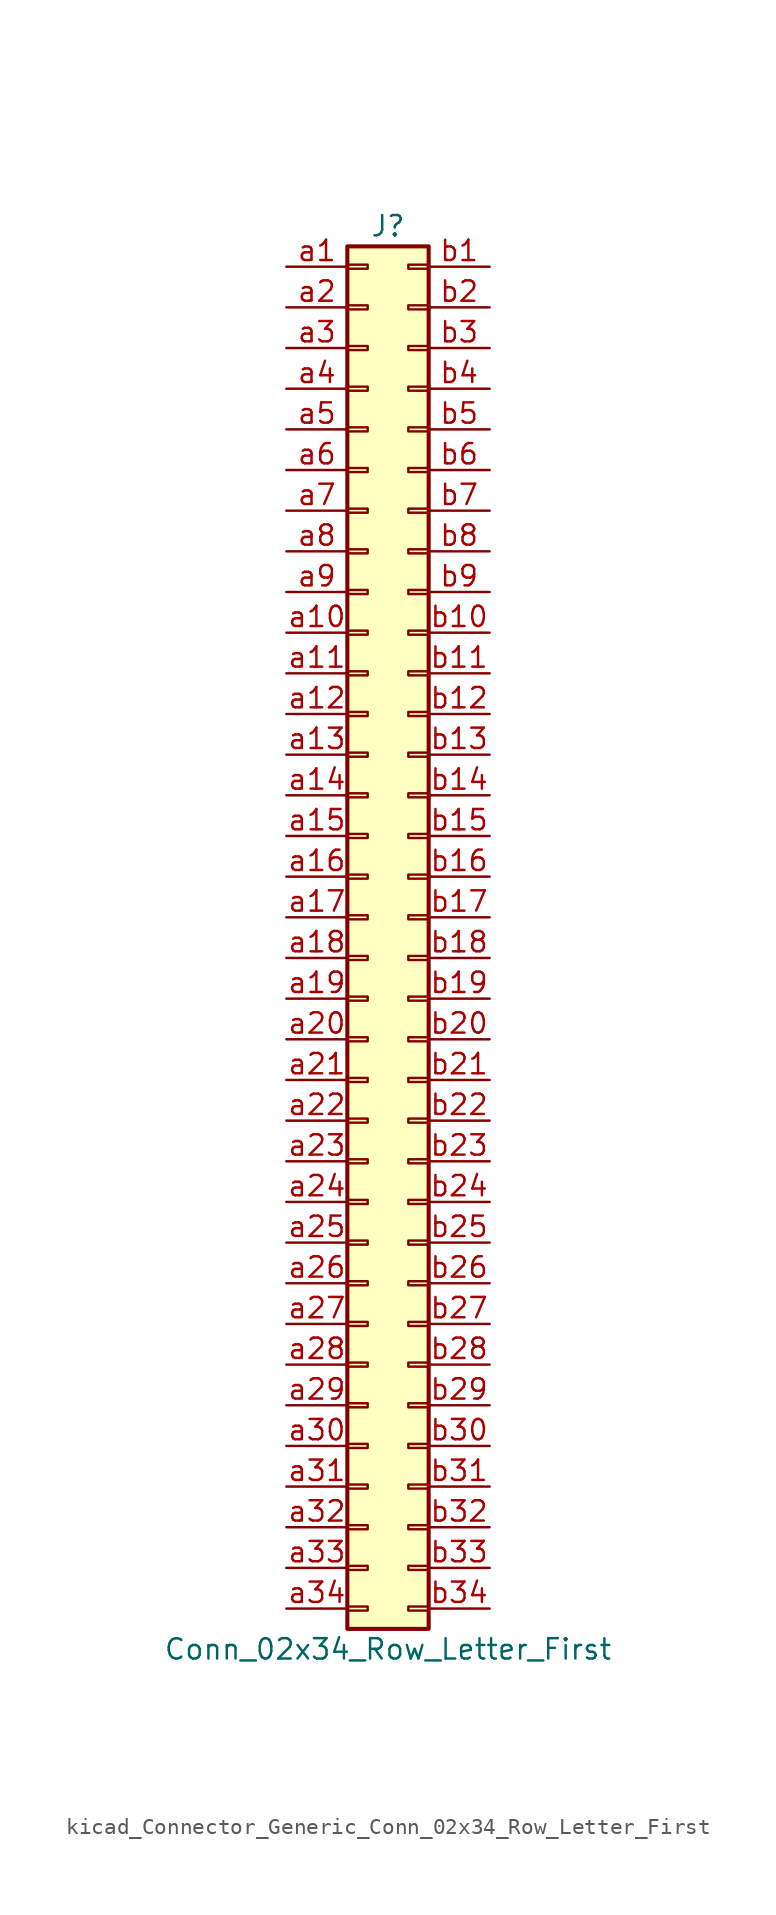
<source format=kicad_sym>
(kicad_symbol_lib
  (version 20220914)
  (generator kicad_symbol_editor)
  (symbol "kicad_Connector_Generic_Conn_02x34_Row_Letter_First"
    (pin_names
      (offset 1.016) hide)
    (property "Reference" "J"
      (at 1.27 43.18 0)
      (effects (font (size 1.27 1.27))))
    (property "Value" "Conn_02x34_Row_Letter_First"
      (at 1.27 -45.72 0)
      (effects (font (size 1.27 1.27))))
    (symbol "kicad_Connector_Generic_Conn_02x34_Row_Letter_First_1_1"
      (rectangle (start -1.27 -43.053) (end 0 -43.307) (stroke (width 0.152) (type default)) (fill (type none)))
      (rectangle (start -1.27 -40.513) (end 0 -40.767) (stroke (width 0.152) (type default)) (fill (type none)))
      (rectangle (start -1.27 -37.973) (end 0 -38.227) (stroke (width 0.152) (type default)) (fill (type none)))
      (rectangle (start -1.27 -35.433) (end 0 -35.687) (stroke (width 0.152) (type default)) (fill (type none)))
      (rectangle (start -1.27 -32.893) (end 0 -33.147) (stroke (width 0.152) (type default)) (fill (type none)))
      (rectangle (start -1.27 -30.353) (end 0 -30.607) (stroke (width 0.152) (type default)) (fill (type none)))
      (rectangle (start -1.27 -27.813) (end 0 -28.067) (stroke (width 0.152) (type default)) (fill (type none)))
      (rectangle (start -1.27 -25.273) (end 0 -25.527) (stroke (width 0.152) (type default)) (fill (type none)))
      (rectangle (start -1.27 -22.733) (end 0 -22.987) (stroke (width 0.152) (type default)) (fill (type none)))
      (rectangle (start -1.27 -20.193) (end 0 -20.447) (stroke (width 0.152) (type default)) (fill (type none)))
      (rectangle (start -1.27 -17.653) (end 0 -17.907) (stroke (width 0.152) (type default)) (fill (type none)))
      (rectangle (start -1.27 -15.113) (end 0 -15.367) (stroke (width 0.152) (type default)) (fill (type none)))
      (rectangle (start -1.27 -12.573) (end 0 -12.827) (stroke (width 0.152) (type default)) (fill (type none)))
      (rectangle (start -1.27 -10.033) (end 0 -10.287) (stroke (width 0.152) (type default)) (fill (type none)))
      (rectangle (start -1.27 -7.493) (end 0 -7.747) (stroke (width 0.152) (type default)) (fill (type none)))
      (rectangle (start -1.27 -4.953) (end 0 -5.207) (stroke (width 0.152) (type default)) (fill (type none)))
      (rectangle (start -1.27 -2.413) (end 0 -2.667) (stroke (width 0.152) (type default)) (fill (type none)))
      (rectangle (start -1.27 0.127) (end 0 -0.127) (stroke (width 0.152) (type default)) (fill (type none)))
      (rectangle (start -1.27 2.667) (end 0 2.413) (stroke (width 0.152) (type default)) (fill (type none)))
      (rectangle (start -1.27 5.207) (end 0 4.953) (stroke (width 0.152) (type default)) (fill (type none)))
      (rectangle (start -1.27 7.747) (end 0 7.493) (stroke (width 0.152) (type default)) (fill (type none)))
      (rectangle (start -1.27 10.287) (end 0 10.033) (stroke (width 0.152) (type default)) (fill (type none)))
      (rectangle (start -1.27 12.827) (end 0 12.573) (stroke (width 0.152) (type default)) (fill (type none)))
      (rectangle (start -1.27 15.367) (end 0 15.113) (stroke (width 0.152) (type default)) (fill (type none)))
      (rectangle (start -1.27 17.907) (end 0 17.653) (stroke (width 0.152) (type default)) (fill (type none)))
      (rectangle (start -1.27 20.447) (end 0 20.193) (stroke (width 0.152) (type default)) (fill (type none)))
      (rectangle (start -1.27 22.987) (end 0 22.733) (stroke (width 0.152) (type default)) (fill (type none)))
      (rectangle (start -1.27 25.527) (end 0 25.273) (stroke (width 0.152) (type default)) (fill (type none)))
      (rectangle (start -1.27 28.067) (end 0 27.813) (stroke (width 0.152) (type default)) (fill (type none)))
      (rectangle (start -1.27 30.607) (end 0 30.353) (stroke (width 0.152) (type default)) (fill (type none)))
      (rectangle (start -1.27 33.147) (end 0 32.893) (stroke (width 0.152) (type default)) (fill (type none)))
      (rectangle (start -1.27 35.687) (end 0 35.433) (stroke (width 0.152) (type default)) (fill (type none)))
      (rectangle (start -1.27 38.227) (end 0 37.973) (stroke (width 0.152) (type default)) (fill (type none)))
      (rectangle (start -1.27 40.767) (end 0 40.513) (stroke (width 0.152) (type default)) (fill (type none)))
      (rectangle (start -1.27 41.91) (end 3.81 -44.45) (stroke (width 0.254) (type default)) (fill (type background)))
      (rectangle (start 3.81 -43.053) (end 2.54 -43.307) (stroke (width 0.152) (type default)) (fill (type none)))
      (rectangle (start 3.81 -40.513) (end 2.54 -40.767) (stroke (width 0.152) (type default)) (fill (type none)))
      (rectangle (start 3.81 -37.973) (end 2.54 -38.227) (stroke (width 0.152) (type default)) (fill (type none)))
      (rectangle (start 3.81 -35.433) (end 2.54 -35.687) (stroke (width 0.152) (type default)) (fill (type none)))
      (rectangle (start 3.81 -32.893) (end 2.54 -33.147) (stroke (width 0.152) (type default)) (fill (type none)))
      (rectangle (start 3.81 -30.353) (end 2.54 -30.607) (stroke (width 0.152) (type default)) (fill (type none)))
      (rectangle (start 3.81 -27.813) (end 2.54 -28.067) (stroke (width 0.152) (type default)) (fill (type none)))
      (rectangle (start 3.81 -25.273) (end 2.54 -25.527) (stroke (width 0.152) (type default)) (fill (type none)))
      (rectangle (start 3.81 -22.733) (end 2.54 -22.987) (stroke (width 0.152) (type default)) (fill (type none)))
      (rectangle (start 3.81 -20.193) (end 2.54 -20.447) (stroke (width 0.152) (type default)) (fill (type none)))
      (rectangle (start 3.81 -17.653) (end 2.54 -17.907) (stroke (width 0.152) (type default)) (fill (type none)))
      (rectangle (start 3.81 -15.113) (end 2.54 -15.367) (stroke (width 0.152) (type default)) (fill (type none)))
      (rectangle (start 3.81 -12.573) (end 2.54 -12.827) (stroke (width 0.152) (type default)) (fill (type none)))
      (rectangle (start 3.81 -10.033) (end 2.54 -10.287) (stroke (width 0.152) (type default)) (fill (type none)))
      (rectangle (start 3.81 -7.493) (end 2.54 -7.747) (stroke (width 0.152) (type default)) (fill (type none)))
      (rectangle (start 3.81 -4.953) (end 2.54 -5.207) (stroke (width 0.152) (type default)) (fill (type none)))
      (rectangle (start 3.81 -2.413) (end 2.54 -2.667) (stroke (width 0.152) (type default)) (fill (type none)))
      (rectangle (start 3.81 0.127) (end 2.54 -0.127) (stroke (width 0.152) (type default)) (fill (type none)))
      (rectangle (start 3.81 2.667) (end 2.54 2.413) (stroke (width 0.152) (type default)) (fill (type none)))
      (rectangle (start 3.81 5.207) (end 2.54 4.953) (stroke (width 0.152) (type default)) (fill (type none)))
      (rectangle (start 3.81 7.747) (end 2.54 7.493) (stroke (width 0.152) (type default)) (fill (type none)))
      (rectangle (start 3.81 10.287) (end 2.54 10.033) (stroke (width 0.152) (type default)) (fill (type none)))
      (rectangle (start 3.81 12.827) (end 2.54 12.573) (stroke (width 0.152) (type default)) (fill (type none)))
      (rectangle (start 3.81 15.367) (end 2.54 15.113) (stroke (width 0.152) (type default)) (fill (type none)))
      (rectangle (start 3.81 17.907) (end 2.54 17.653) (stroke (width 0.152) (type default)) (fill (type none)))
      (rectangle (start 3.81 20.447) (end 2.54 20.193) (stroke (width 0.152) (type default)) (fill (type none)))
      (rectangle (start 3.81 22.987) (end 2.54 22.733) (stroke (width 0.152) (type default)) (fill (type none)))
      (rectangle (start 3.81 25.527) (end 2.54 25.273) (stroke (width 0.152) (type default)) (fill (type none)))
      (rectangle (start 3.81 28.067) (end 2.54 27.813) (stroke (width 0.152) (type default)) (fill (type none)))
      (rectangle (start 3.81 30.607) (end 2.54 30.353) (stroke (width 0.152) (type default)) (fill (type none)))
      (rectangle (start 3.81 33.147) (end 2.54 32.893) (stroke (width 0.152) (type default)) (fill (type none)))
      (rectangle (start 3.81 35.687) (end 2.54 35.433) (stroke (width 0.152) (type default)) (fill (type none)))
      (rectangle (start 3.81 38.227) (end 2.54 37.973) (stroke (width 0.152) (type default)) (fill (type none)))
      (rectangle (start 3.81 40.767) (end 2.54 40.513) (stroke (width 0.152) (type default)) (fill (type none)))
      (pin passive line (at -5.08 40.64 0) (length 3.81) (name "Pin_a1" (effects (font (size 1.27 1.27)))) (number "a1" (effects (font (size 1.27 1.27)))))
      (pin passive line (at -5.08 17.78 0) (length 3.81) (name "Pin_a10" (effects (font (size 1.27 1.27)))) (number "a10" (effects (font (size 1.27 1.27)))))
      (pin passive line (at -5.08 15.24 0) (length 3.81) (name "Pin_a11" (effects (font (size 1.27 1.27)))) (number "a11" (effects (font (size 1.27 1.27)))))
      (pin passive line (at -5.08 12.7 0) (length 3.81) (name "Pin_a12" (effects (font (size 1.27 1.27)))) (number "a12" (effects (font (size 1.27 1.27)))))
      (pin passive line (at -5.08 10.16 0) (length 3.81) (name "Pin_a13" (effects (font (size 1.27 1.27)))) (number "a13" (effects (font (size 1.27 1.27)))))
      (pin passive line (at -5.08 7.62 0) (length 3.81) (name "Pin_a14" (effects (font (size 1.27 1.27)))) (number "a14" (effects (font (size 1.27 1.27)))))
      (pin passive line (at -5.08 5.08 0) (length 3.81) (name "Pin_a15" (effects (font (size 1.27 1.27)))) (number "a15" (effects (font (size 1.27 1.27)))))
      (pin passive line (at -5.08 2.54 0) (length 3.81) (name "Pin_a16" (effects (font (size 1.27 1.27)))) (number "a16" (effects (font (size 1.27 1.27)))))
      (pin passive line (at -5.08 0 0) (length 3.81) (name "Pin_a17" (effects (font (size 1.27 1.27)))) (number "a17" (effects (font (size 1.27 1.27)))))
      (pin passive line (at -5.08 -2.54 0) (length 3.81) (name "Pin_a18" (effects (font (size 1.27 1.27)))) (number "a18" (effects (font (size 1.27 1.27)))))
      (pin passive line (at -5.08 -5.08 0) (length 3.81) (name "Pin_a19" (effects (font (size 1.27 1.27)))) (number "a19" (effects (font (size 1.27 1.27)))))
      (pin passive line (at -5.08 38.1 0) (length 3.81) (name "Pin_a2" (effects (font (size 1.27 1.27)))) (number "a2" (effects (font (size 1.27 1.27)))))
      (pin passive line (at -5.08 -7.62 0) (length 3.81) (name "Pin_a20" (effects (font (size 1.27 1.27)))) (number "a20" (effects (font (size 1.27 1.27)))))
      (pin passive line (at -5.08 -10.16 0) (length 3.81) (name "Pin_a21" (effects (font (size 1.27 1.27)))) (number "a21" (effects (font (size 1.27 1.27)))))
      (pin passive line (at -5.08 -12.7 0) (length 3.81) (name "Pin_a22" (effects (font (size 1.27 1.27)))) (number "a22" (effects (font (size 1.27 1.27)))))
      (pin passive line (at -5.08 -15.24 0) (length 3.81) (name "Pin_a23" (effects (font (size 1.27 1.27)))) (number "a23" (effects (font (size 1.27 1.27)))))
      (pin passive line (at -5.08 -17.78 0) (length 3.81) (name "Pin_a24" (effects (font (size 1.27 1.27)))) (number "a24" (effects (font (size 1.27 1.27)))))
      (pin passive line (at -5.08 -20.32 0) (length 3.81) (name "Pin_a25" (effects (font (size 1.27 1.27)))) (number "a25" (effects (font (size 1.27 1.27)))))
      (pin passive line (at -5.08 -22.86 0) (length 3.81) (name "Pin_a26" (effects (font (size 1.27 1.27)))) (number "a26" (effects (font (size 1.27 1.27)))))
      (pin passive line (at -5.08 -25.4 0) (length 3.81) (name "Pin_a27" (effects (font (size 1.27 1.27)))) (number "a27" (effects (font (size 1.27 1.27)))))
      (pin passive line (at -5.08 -27.94 0) (length 3.81) (name "Pin_a28" (effects (font (size 1.27 1.27)))) (number "a28" (effects (font (size 1.27 1.27)))))
      (pin passive line (at -5.08 -30.48 0) (length 3.81) (name "Pin_a29" (effects (font (size 1.27 1.27)))) (number "a29" (effects (font (size 1.27 1.27)))))
      (pin passive line (at -5.08 35.56 0) (length 3.81) (name "Pin_a3" (effects (font (size 1.27 1.27)))) (number "a3" (effects (font (size 1.27 1.27)))))
      (pin passive line (at -5.08 -33.02 0) (length 3.81) (name "Pin_a30" (effects (font (size 1.27 1.27)))) (number "a30" (effects (font (size 1.27 1.27)))))
      (pin passive line (at -5.08 -35.56 0) (length 3.81) (name "Pin_a31" (effects (font (size 1.27 1.27)))) (number "a31" (effects (font (size 1.27 1.27)))))
      (pin passive line (at -5.08 -38.1 0) (length 3.81) (name "Pin_a32" (effects (font (size 1.27 1.27)))) (number "a32" (effects (font (size 1.27 1.27)))))
      (pin passive line (at -5.08 -40.64 0) (length 3.81) (name "Pin_a33" (effects (font (size 1.27 1.27)))) (number "a33" (effects (font (size 1.27 1.27)))))
      (pin passive line (at -5.08 -43.18 0) (length 3.81) (name "Pin_a34" (effects (font (size 1.27 1.27)))) (number "a34" (effects (font (size 1.27 1.27)))))
      (pin passive line (at -5.08 33.02 0) (length 3.81) (name "Pin_a4" (effects (font (size 1.27 1.27)))) (number "a4" (effects (font (size 1.27 1.27)))))
      (pin passive line (at -5.08 30.48 0) (length 3.81) (name "Pin_a5" (effects (font (size 1.27 1.27)))) (number "a5" (effects (font (size 1.27 1.27)))))
      (pin passive line (at -5.08 27.94 0) (length 3.81) (name "Pin_a6" (effects (font (size 1.27 1.27)))) (number "a6" (effects (font (size 1.27 1.27)))))
      (pin passive line (at -5.08 25.4 0) (length 3.81) (name "Pin_a7" (effects (font (size 1.27 1.27)))) (number "a7" (effects (font (size 1.27 1.27)))))
      (pin passive line (at -5.08 22.86 0) (length 3.81) (name "Pin_a8" (effects (font (size 1.27 1.27)))) (number "a8" (effects (font (size 1.27 1.27)))))
      (pin passive line (at -5.08 20.32 0) (length 3.81) (name "Pin_a9" (effects (font (size 1.27 1.27)))) (number "a9" (effects (font (size 1.27 1.27)))))
      (pin passive line (at 7.62 40.64 180) (length 3.81) (name "Pin_b1" (effects (font (size 1.27 1.27)))) (number "b1" (effects (font (size 1.27 1.27)))))
      (pin passive line (at 7.62 17.78 180) (length 3.81) (name "Pin_b10" (effects (font (size 1.27 1.27)))) (number "b10" (effects (font (size 1.27 1.27)))))
      (pin passive line (at 7.62 15.24 180) (length 3.81) (name "Pin_b11" (effects (font (size 1.27 1.27)))) (number "b11" (effects (font (size 1.27 1.27)))))
      (pin passive line (at 7.62 12.7 180) (length 3.81) (name "Pin_b12" (effects (font (size 1.27 1.27)))) (number "b12" (effects (font (size 1.27 1.27)))))
      (pin passive line (at 7.62 10.16 180) (length 3.81) (name "Pin_b13" (effects (font (size 1.27 1.27)))) (number "b13" (effects (font (size 1.27 1.27)))))
      (pin passive line (at 7.62 7.62 180) (length 3.81) (name "Pin_b14" (effects (font (size 1.27 1.27)))) (number "b14" (effects (font (size 1.27 1.27)))))
      (pin passive line (at 7.62 5.08 180) (length 3.81) (name "Pin_b15" (effects (font (size 1.27 1.27)))) (number "b15" (effects (font (size 1.27 1.27)))))
      (pin passive line (at 7.62 2.54 180) (length 3.81) (name "Pin_b16" (effects (font (size 1.27 1.27)))) (number "b16" (effects (font (size 1.27 1.27)))))
      (pin passive line (at 7.62 0 180) (length 3.81) (name "Pin_b17" (effects (font (size 1.27 1.27)))) (number "b17" (effects (font (size 1.27 1.27)))))
      (pin passive line (at 7.62 -2.54 180) (length 3.81) (name "Pin_b18" (effects (font (size 1.27 1.27)))) (number "b18" (effects (font (size 1.27 1.27)))))
      (pin passive line (at 7.62 -5.08 180) (length 3.81) (name "Pin_b19" (effects (font (size 1.27 1.27)))) (number "b19" (effects (font (size 1.27 1.27)))))
      (pin passive line (at 7.62 38.1 180) (length 3.81) (name "Pin_b2" (effects (font (size 1.27 1.27)))) (number "b2" (effects (font (size 1.27 1.27)))))
      (pin passive line (at 7.62 -7.62 180) (length 3.81) (name "Pin_b20" (effects (font (size 1.27 1.27)))) (number "b20" (effects (font (size 1.27 1.27)))))
      (pin passive line (at 7.62 -10.16 180) (length 3.81) (name "Pin_b21" (effects (font (size 1.27 1.27)))) (number "b21" (effects (font (size 1.27 1.27)))))
      (pin passive line (at 7.62 -12.7 180) (length 3.81) (name "Pin_b22" (effects (font (size 1.27 1.27)))) (number "b22" (effects (font (size 1.27 1.27)))))
      (pin passive line (at 7.62 -15.24 180) (length 3.81) (name "Pin_b23" (effects (font (size 1.27 1.27)))) (number "b23" (effects (font (size 1.27 1.27)))))
      (pin passive line (at 7.62 -17.78 180) (length 3.81) (name "Pin_b24" (effects (font (size 1.27 1.27)))) (number "b24" (effects (font (size 1.27 1.27)))))
      (pin passive line (at 7.62 -20.32 180) (length 3.81) (name "Pin_b25" (effects (font (size 1.27 1.27)))) (number "b25" (effects (font (size 1.27 1.27)))))
      (pin passive line (at 7.62 -22.86 180) (length 3.81) (name "Pin_b26" (effects (font (size 1.27 1.27)))) (number "b26" (effects (font (size 1.27 1.27)))))
      (pin passive line (at 7.62 -25.4 180) (length 3.81) (name "Pin_b27" (effects (font (size 1.27 1.27)))) (number "b27" (effects (font (size 1.27 1.27)))))
      (pin passive line (at 7.62 -27.94 180) (length 3.81) (name "Pin_b28" (effects (font (size 1.27 1.27)))) (number "b28" (effects (font (size 1.27 1.27)))))
      (pin passive line (at 7.62 -30.48 180) (length 3.81) (name "Pin_b29" (effects (font (size 1.27 1.27)))) (number "b29" (effects (font (size 1.27 1.27)))))
      (pin passive line (at 7.62 35.56 180) (length 3.81) (name "Pin_b3" (effects (font (size 1.27 1.27)))) (number "b3" (effects (font (size 1.27 1.27)))))
      (pin passive line (at 7.62 -33.02 180) (length 3.81) (name "Pin_b30" (effects (font (size 1.27 1.27)))) (number "b30" (effects (font (size 1.27 1.27)))))
      (pin passive line (at 7.62 -35.56 180) (length 3.81) (name "Pin_b31" (effects (font (size 1.27 1.27)))) (number "b31" (effects (font (size 1.27 1.27)))))
      (pin passive line (at 7.62 -38.1 180) (length 3.81) (name "Pin_b32" (effects (font (size 1.27 1.27)))) (number "b32" (effects (font (size 1.27 1.27)))))
      (pin passive line (at 7.62 -40.64 180) (length 3.81) (name "Pin_b33" (effects (font (size 1.27 1.27)))) (number "b33" (effects (font (size 1.27 1.27)))))
      (pin passive line (at 7.62 -43.18 180) (length 3.81) (name "Pin_b34" (effects (font (size 1.27 1.27)))) (number "b34" (effects (font (size 1.27 1.27)))))
      (pin passive line (at 7.62 33.02 180) (length 3.81) (name "Pin_b4" (effects (font (size 1.27 1.27)))) (number "b4" (effects (font (size 1.27 1.27)))))
      (pin passive line (at 7.62 30.48 180) (length 3.81) (name "Pin_b5" (effects (font (size 1.27 1.27)))) (number "b5" (effects (font (size 1.27 1.27)))))
      (pin passive line (at 7.62 27.94 180) (length 3.81) (name "Pin_b6" (effects (font (size 1.27 1.27)))) (number "b6" (effects (font (size 1.27 1.27)))))
      (pin passive line (at 7.62 25.4 180) (length 3.81) (name "Pin_b7" (effects (font (size 1.27 1.27)))) (number "b7" (effects (font (size 1.27 1.27)))))
      (pin passive line (at 7.62 22.86 180) (length 3.81) (name "Pin_b8" (effects (font (size 1.27 1.27)))) (number "b8" (effects (font (size 1.27 1.27)))))
      (pin passive line (at 7.62 20.32 180) (length 3.81) (name "Pin_b9" (effects (font (size 1.27 1.27)))) (number "b9" (effects (font (size 1.27 1.27))))))))
</source>
